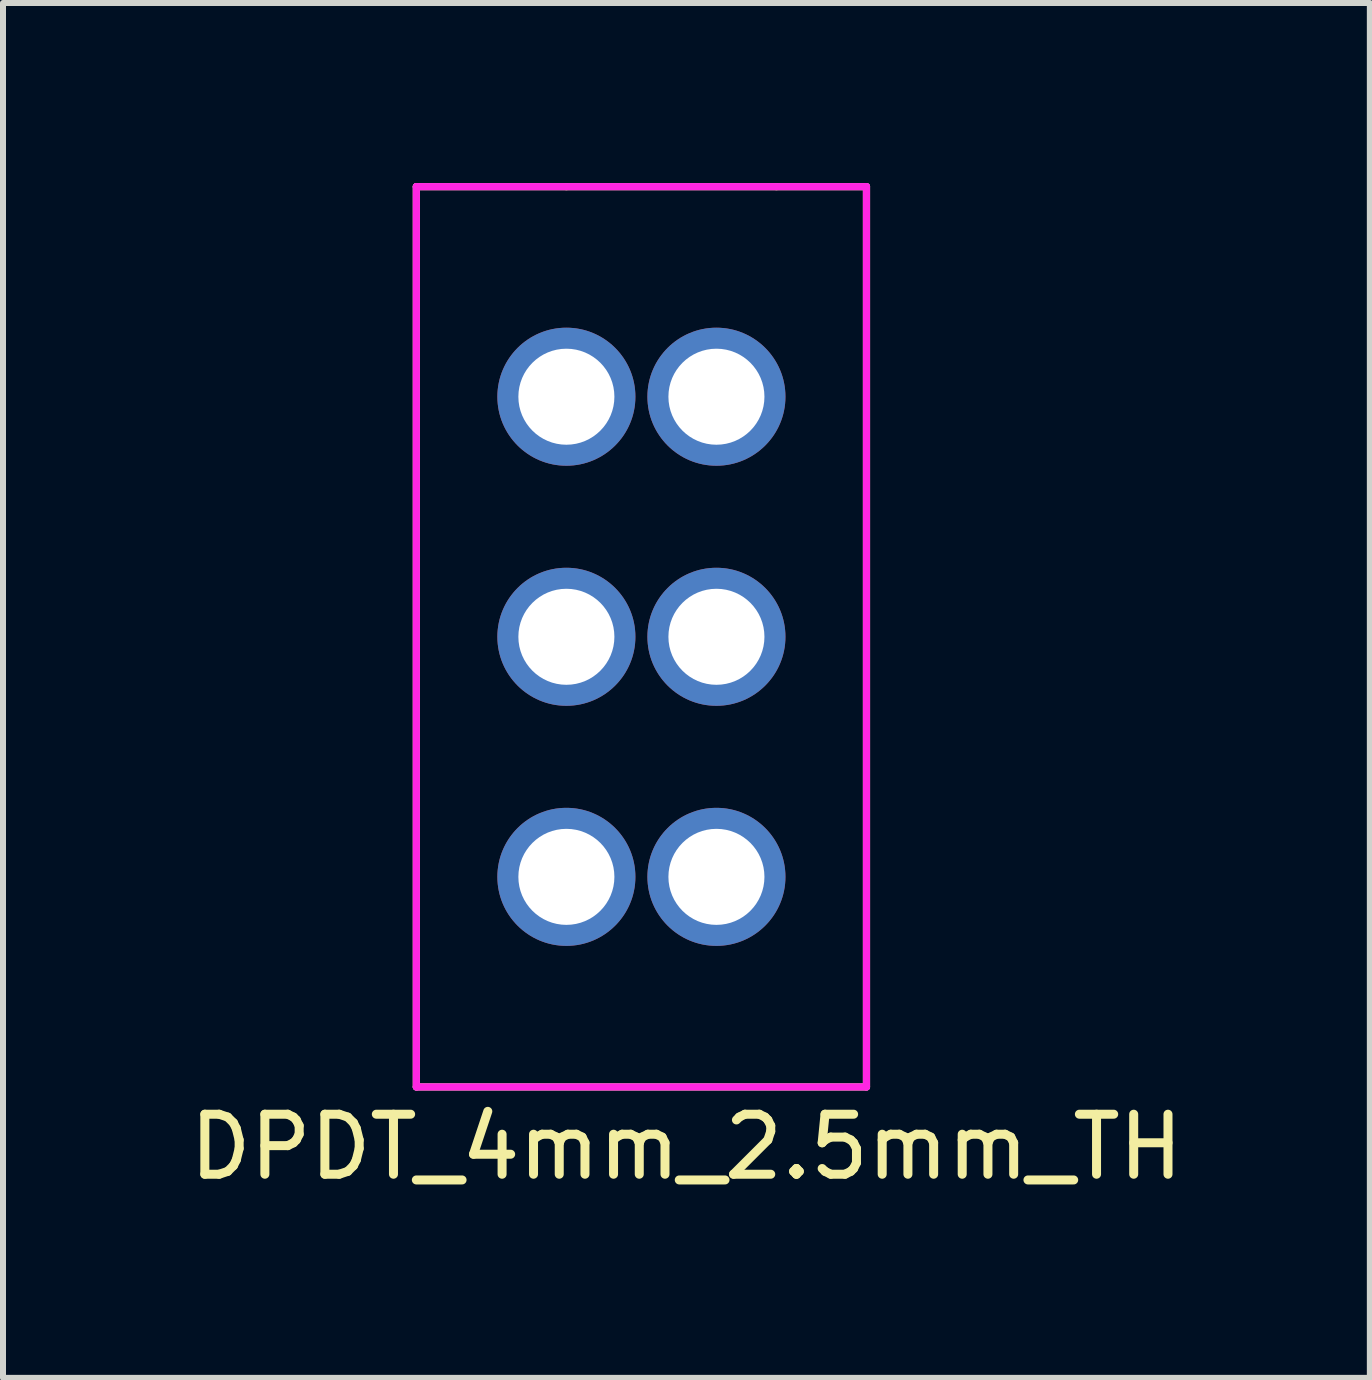
<source format=kicad_pcb>
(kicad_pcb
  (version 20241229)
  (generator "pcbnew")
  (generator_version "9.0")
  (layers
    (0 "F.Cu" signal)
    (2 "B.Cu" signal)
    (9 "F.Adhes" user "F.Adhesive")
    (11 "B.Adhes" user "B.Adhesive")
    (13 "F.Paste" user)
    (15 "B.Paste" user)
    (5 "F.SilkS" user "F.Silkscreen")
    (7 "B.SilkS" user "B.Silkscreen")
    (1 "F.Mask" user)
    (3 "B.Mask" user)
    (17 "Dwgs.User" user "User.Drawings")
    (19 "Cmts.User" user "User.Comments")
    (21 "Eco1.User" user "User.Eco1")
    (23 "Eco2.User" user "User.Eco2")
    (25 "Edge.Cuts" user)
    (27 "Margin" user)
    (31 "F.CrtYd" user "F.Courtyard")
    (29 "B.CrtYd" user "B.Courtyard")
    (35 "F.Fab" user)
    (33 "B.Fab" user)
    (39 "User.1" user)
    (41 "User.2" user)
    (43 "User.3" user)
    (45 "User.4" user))
  (footprint "DPDT_4mm_2.5mm_TH"
    (layer "F.Cu")
    (at 6.387 3.56)
    (property "Reference" "DPDT_4mm_2.5mm_TH" (at 2 12.5 0) (layer "F.SilkS") (effects (font (size 1 1) (thickness 0.15))))
    (attr through_hole)
    (fp_line (start -2.5 -3.5) (end -2.5 11.5) (stroke (width 0.12) (type solid)) (layer "F.SilkS"))
    (fp_line (start 0 -3.5) (end -2.5 -3.5) (stroke (width 0.12) (type solid)) (layer "F.SilkS"))
    (fp_line (start 0 -3.5) (end 3.5 -3.5) (stroke (width 0.12) (type solid)) (layer "F.SilkS"))
    (fp_line (start 3.5 -3.5) (end 5 -3.5) (stroke (width 0.12) (type solid)) (layer "F.SilkS"))
    (fp_line (start 5 -3.5) (end 5 11.5) (stroke (width 0.12) (type solid)) (layer "F.SilkS"))
    (fp_line (start 5 11.5) (end -2.5 11.5) (stroke (width 0.12) (type solid)) (layer "F.SilkS"))
    (fp_line (start -2.5 -3.5) (end 5 -3.5) (stroke (width 0.12) (type solid)) (layer "F.CrtYd"))
    (fp_line (start -2.5 11.5) (end -2.5 -3.5) (stroke (width 0.12) (type solid)) (layer "F.CrtYd"))
    (fp_line (start 5 -3.5) (end 5 11.5) (stroke (width 0.12) (type solid)) (layer "F.CrtYd"))
    (fp_line (start 5 11.5) (end -2.5 11.5) (stroke (width 0.12) (type solid)) (layer "F.CrtYd"))
    (pad "1" thru_hole circle (at 0 0) (size 2.3 2.3) (drill 1.6) (layers "*.Cu" "*.Mask"))
    (pad "2" thru_hole circle (at 0 4) (size 2.3 2.3) (drill 1.6) (layers "*.Cu" "*.Mask"))
    (pad "3" thru_hole circle (at 0 8) (size 2.3 2.3) (drill 1.6) (layers "*.Cu" "*.Mask"))
    (pad "4" thru_hole circle (at 2.5 0) (size 2.3 2.3) (drill 1.6) (layers "*.Cu" "*.Mask"))
    (pad "5" thru_hole circle (at 2.5 4) (size 2.3 2.3) (drill 1.6) (layers "*.Cu" "*.Mask"))
    (pad "6" thru_hole circle (at 2.5 8) (size 2.3 2.3) (drill 1.6) (layers "*.Cu" "*.Mask")))
  (gr_rect
    (start -3 -3)
    (end 19.774 19.908)
    (stroke (width 0.1) (type default))
    (fill no)
    (layer "Edge.Cuts")))
</source>
